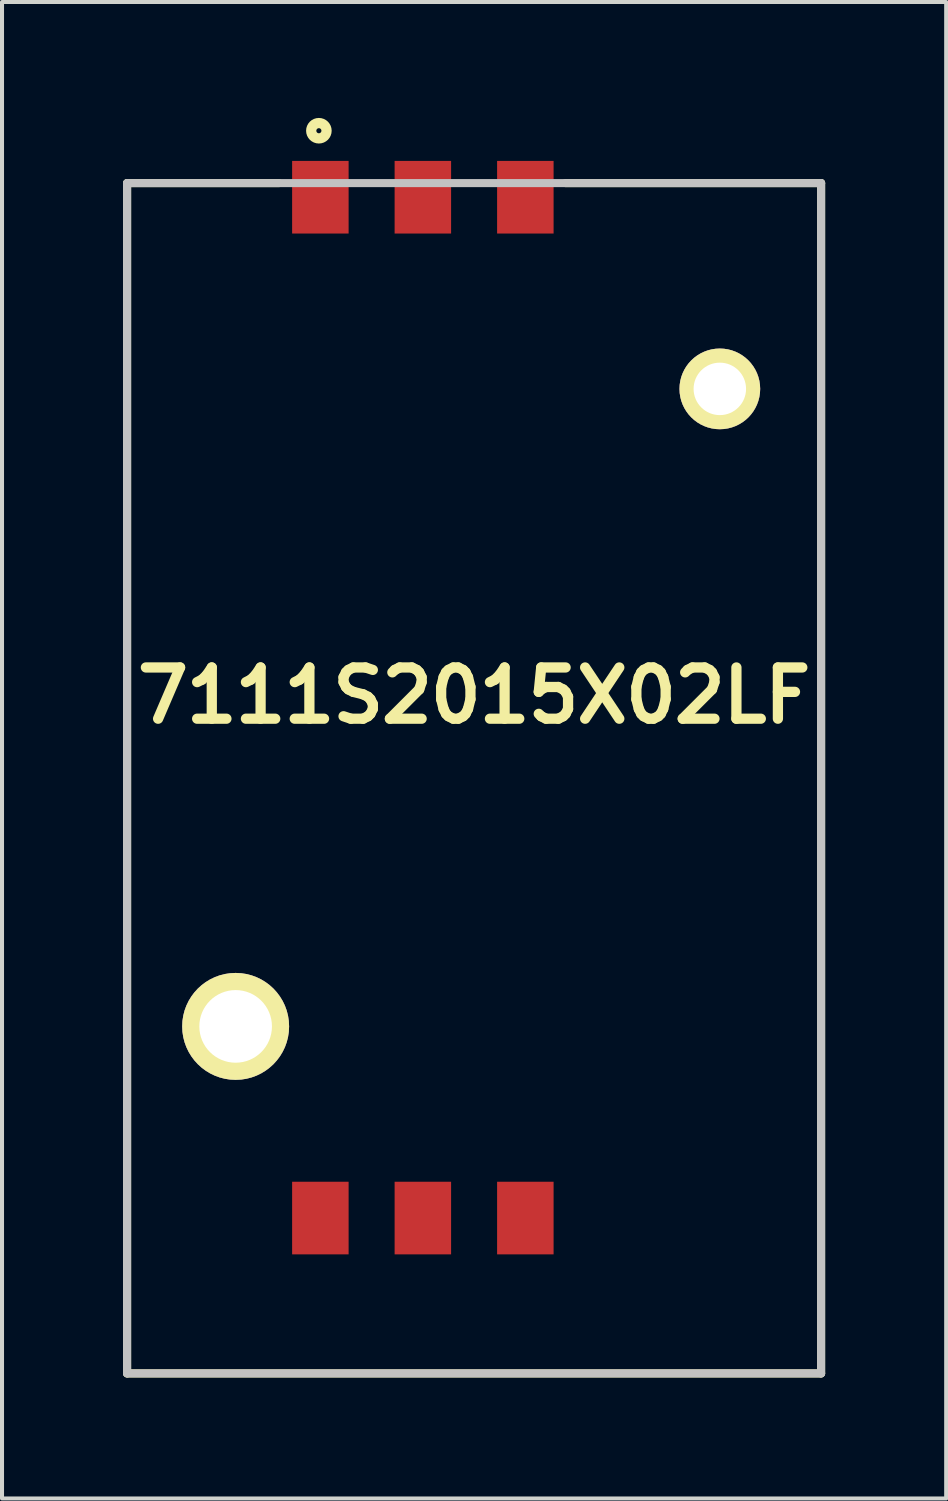
<source format=kicad_pcb>
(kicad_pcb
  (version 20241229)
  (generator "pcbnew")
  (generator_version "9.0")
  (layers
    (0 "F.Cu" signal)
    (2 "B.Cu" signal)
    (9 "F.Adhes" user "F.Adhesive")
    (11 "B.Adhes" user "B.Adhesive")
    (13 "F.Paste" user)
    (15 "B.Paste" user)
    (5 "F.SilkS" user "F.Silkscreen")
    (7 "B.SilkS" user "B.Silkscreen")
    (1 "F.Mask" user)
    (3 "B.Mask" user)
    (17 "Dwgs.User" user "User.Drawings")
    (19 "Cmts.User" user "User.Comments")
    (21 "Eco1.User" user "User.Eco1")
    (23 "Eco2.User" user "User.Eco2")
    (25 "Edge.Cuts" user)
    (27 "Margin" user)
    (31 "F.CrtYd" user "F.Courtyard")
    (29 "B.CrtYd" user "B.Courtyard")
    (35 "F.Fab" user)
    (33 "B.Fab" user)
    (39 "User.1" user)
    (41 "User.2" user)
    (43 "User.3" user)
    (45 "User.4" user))
  (footprint "7111S2015X02LF"
    (layer "F.Cu")
    (at 8.7 1.488)
    (property "Reference" "7111S2015X02LF" (at 0 12.7 0) (layer "F.SilkS") (effects (font (size 1.27 1.27) (thickness 0.254))))
    (attr through_hole)
    (fp_line (start -8.6 0) (end -4.837 0) (stroke (width 0.2) (type solid)) (layer "F.SilkS"))
    (fp_line (start -8.6 29.5) (end -8.6 0) (stroke (width 0.2) (type solid)) (layer "F.SilkS"))
    (fp_line (start 8.6 0) (end 2.267 0) (stroke (width 0.2) (type solid)) (layer "F.SilkS"))
    (fp_line (start 8.6 0) (end 8.6 29.5) (stroke (width 0.2) (type solid)) (layer "F.SilkS"))
    (fp_line (start 8.6 29.5) (end -8.6 29.5) (stroke (width 0.2) (type solid)) (layer "F.SilkS"))
    (fp_circle (center -3.847 -1.298) (end -3.91 -1.298) (stroke (width 0.254) (type solid)) (fill no) (layer "F.SilkS"))
    (fp_line (start -8.6 0) (end 8.6 0) (stroke (width 0.2) (type solid)) (layer "Dwgs.User"))
    (fp_line (start -8.6 29.5) (end -8.6 0) (stroke (width 0.2) (type solid)) (layer "Dwgs.User"))
    (fp_line (start 8.6 0) (end 8.6 29.5) (stroke (width 0.2) (type solid)) (layer "Dwgs.User"))
    (fp_line (start 8.6 29.5) (end -8.6 29.5) (stroke (width 0.2) (type solid)) (layer "Dwgs.User"))
    (pad "1" smd rect (at -3.81 0.35) (size 1.4 1.8) (layers "F.Cu" "F.Mask" "F.Paste"))
    (pad "2" smd rect (at -1.27 0.35) (size 1.4 1.8) (layers "F.Cu" "F.Mask" "F.Paste"))
    (pad "3" smd rect (at 1.27 0.35) (size 1.4 1.8) (layers "F.Cu" "F.Mask" "F.Paste"))
    (pad "4" smd rect (at -3.81 25.65) (size 1.4 1.8) (layers "F.Cu" "F.Mask" "F.Paste"))
    (pad "5" smd rect (at -1.27 25.65) (size 1.4 1.8) (layers "F.Cu" "F.Mask" "F.Paste"))
    (pad "6" smd rect (at 1.27 25.65) (size 1.4 1.8) (layers "F.Cu" "F.Mask" "F.Paste"))
    (pad "7" thru_hole circle (at 6.09 5.1 90) (size 2 2) (drill 1.3) (layers "*.Cu" "*.Mask" "F.SilkS"))
    (pad "8" thru_hole circle (at -5.91 20.9 90) (size 2.65 2.65) (drill 1.8) (layers "*.Cu" "*.Mask" "F.SilkS")))
  (gr_rect
    (start -3 -3)
    (end 20.4 34.088)
    (stroke (width 0.1) (type default))
    (fill no)
    (layer "Edge.Cuts")))
</source>
